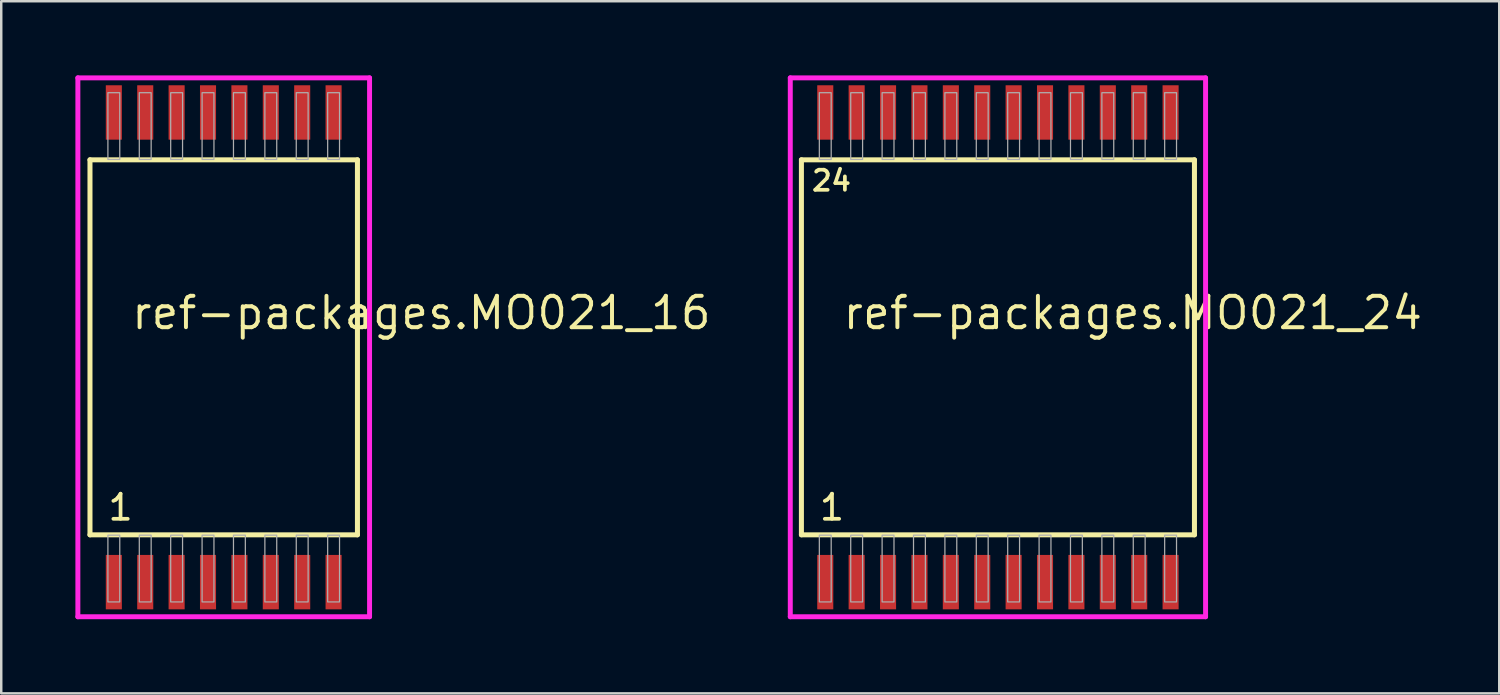
<source format=kicad_pcb>
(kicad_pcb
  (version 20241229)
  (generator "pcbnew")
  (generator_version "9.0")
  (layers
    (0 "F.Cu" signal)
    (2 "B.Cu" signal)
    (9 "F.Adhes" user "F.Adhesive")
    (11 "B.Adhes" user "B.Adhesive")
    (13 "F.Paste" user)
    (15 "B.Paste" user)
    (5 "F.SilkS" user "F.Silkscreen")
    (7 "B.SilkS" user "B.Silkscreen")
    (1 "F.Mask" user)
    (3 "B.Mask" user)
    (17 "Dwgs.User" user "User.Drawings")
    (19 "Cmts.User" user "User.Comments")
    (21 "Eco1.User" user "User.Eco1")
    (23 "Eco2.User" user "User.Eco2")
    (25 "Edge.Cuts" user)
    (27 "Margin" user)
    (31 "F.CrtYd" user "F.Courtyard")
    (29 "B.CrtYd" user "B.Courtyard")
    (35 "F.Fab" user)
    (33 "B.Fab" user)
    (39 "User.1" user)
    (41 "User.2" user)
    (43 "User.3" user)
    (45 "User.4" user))
  (footprint "ref-packages.MO021_24"
    (layer "F.Cu")
    (at 37.32 11)
    (property "Reference" "ref-packages.MO021_24" (at -6.35 -0.65 0) (layer "F.SilkS") (effects (font (size 1.27 1.27) (thickness 0.16)) (justify left bottom)))
    (attr smd)
    (fp_line (start -7.95 -7.585) (end 7.95 -7.585) (stroke (width 0.203) (type default)) (layer "F.SilkS"))
    (fp_line (start -7.95 7.585) (end -7.95 -7.585) (stroke (width 0.203) (type default)) (layer "F.SilkS"))
    (fp_line (start 7.95 -7.585) (end 7.95 7.585) (stroke (width 0.203) (type default)) (layer "F.SilkS"))
    (fp_line (start 7.95 7.585) (end -7.95 7.585) (stroke (width 0.203) (type default)) (layer "F.SilkS"))
    (fp_line (start -8.4 -10.9) (end 8.4 -10.9) (stroke (width 0.2) (type default)) (layer "F.CrtYd"))
    (fp_line (start -8.4 10.9) (end -8.4 -10.9) (stroke (width 0.2) (type default)) (layer "F.CrtYd"))
    (fp_line (start 8.4 -10.9) (end 8.4 10.9) (stroke (width 0.2) (type default)) (layer "F.CrtYd"))
    (fp_line (start 8.4 10.9) (end -8.4 10.9) (stroke (width 0.2) (type default)) (layer "F.CrtYd"))
    (fp_rect (start -7.225 -7.6) (end -6.745 -10.3) (stroke (width 0.05) (type default)) (fill no) (layer "F.Fab"))
    (fp_rect (start -7.225 10.3) (end -6.745 7.6) (stroke (width 0.05) (type default)) (fill no) (layer "F.Fab"))
    (fp_rect (start -5.955 -7.6) (end -5.475 -10.3) (stroke (width 0.05) (type default)) (fill no) (layer "F.Fab"))
    (fp_rect (start -5.955 10.3) (end -5.475 7.6) (stroke (width 0.05) (type default)) (fill no) (layer "F.Fab"))
    (fp_rect (start -4.685 -7.6) (end -4.205 -10.3) (stroke (width 0.05) (type default)) (fill no) (layer "F.Fab"))
    (fp_rect (start -4.685 10.3) (end -4.205 7.6) (stroke (width 0.05) (type default)) (fill no) (layer "F.Fab"))
    (fp_rect (start -3.415 -7.6) (end -2.935 -10.3) (stroke (width 0.05) (type default)) (fill no) (layer "F.Fab"))
    (fp_rect (start -3.415 10.3) (end -2.935 7.6) (stroke (width 0.05) (type default)) (fill no) (layer "F.Fab"))
    (fp_rect (start -2.145 -7.6) (end -1.665 -10.3) (stroke (width 0.05) (type default)) (fill no) (layer "F.Fab"))
    (fp_rect (start -2.145 10.3) (end -1.665 7.6) (stroke (width 0.05) (type default)) (fill no) (layer "F.Fab"))
    (fp_rect (start -0.875 -7.6) (end -0.395 -10.3) (stroke (width 0.05) (type default)) (fill no) (layer "F.Fab"))
    (fp_rect (start -0.875 10.3) (end -0.395 7.6) (stroke (width 0.05) (type default)) (fill no) (layer "F.Fab"))
    (fp_rect (start 0.395 -7.6) (end 0.875 -10.3) (stroke (width 0.05) (type default)) (fill no) (layer "F.Fab"))
    (fp_rect (start 0.395 10.3) (end 0.875 7.6) (stroke (width 0.05) (type default)) (fill no) (layer "F.Fab"))
    (fp_rect (start 1.665 -7.6) (end 2.145 -10.3) (stroke (width 0.05) (type default)) (fill no) (layer "F.Fab"))
    (fp_rect (start 1.665 10.3) (end 2.145 7.6) (stroke (width 0.05) (type default)) (fill no) (layer "F.Fab"))
    (fp_rect (start 2.935 -7.6) (end 3.415 -10.3) (stroke (width 0.05) (type default)) (fill no) (layer "F.Fab"))
    (fp_rect (start 2.935 10.3) (end 3.415 7.6) (stroke (width 0.05) (type default)) (fill no) (layer "F.Fab"))
    (fp_rect (start 4.205 -7.6) (end 4.685 -10.3) (stroke (width 0.05) (type default)) (fill no) (layer "F.Fab"))
    (fp_rect (start 4.205 10.3) (end 4.685 7.6) (stroke (width 0.05) (type default)) (fill no) (layer "F.Fab"))
    (fp_rect (start 5.475 -7.6) (end 5.955 -10.3) (stroke (width 0.05) (type default)) (fill no) (layer "F.Fab"))
    (fp_rect (start 5.475 10.3) (end 5.955 7.6) (stroke (width 0.05) (type default)) (fill no) (layer "F.Fab"))
    (fp_rect (start 6.745 -7.6) (end 7.225 -10.3) (stroke (width 0.05) (type default)) (fill no) (layer "F.Fab"))
    (fp_rect (start 6.745 10.3) (end 7.225 7.6) (stroke (width 0.05) (type default)) (fill no) (layer "F.Fab"))
    (fp_text user "24" (at -7.606 -6.265 0) (layer "F.SilkS") (effects (font (size 0.813 0.813) (thickness 0.15)) (justify left bottom)))
    (fp_text user "1" (at -7.296 7.07 0) (layer "F.SilkS") (effects (font (size 1.016 1.016) (thickness 0.15)) (justify left bottom)))
    (pad "1" smd roundrect (at -6.985 9.5) (size 0.65 2.2) (layers "F.Cu" "F.Mask" "F.Paste") (roundrect_rratio 0.01))
    (pad "2" smd roundrect (at -5.715 9.5) (size 0.65 2.2) (layers "F.Cu" "F.Mask" "F.Paste") (roundrect_rratio 0.01))
    (pad "3" smd roundrect (at -4.445 9.5) (size 0.65 2.2) (layers "F.Cu" "F.Mask" "F.Paste") (roundrect_rratio 0.01))
    (pad "4" smd roundrect (at -3.175 9.5) (size 0.65 2.2) (layers "F.Cu" "F.Mask" "F.Paste") (roundrect_rratio 0.01))
    (pad "5" smd roundrect (at -1.905 9.5) (size 0.65 2.2) (layers "F.Cu" "F.Mask" "F.Paste") (roundrect_rratio 0.01))
    (pad "6" smd roundrect (at -0.635 9.5) (size 0.65 2.2) (layers "F.Cu" "F.Mask" "F.Paste") (roundrect_rratio 0.01))
    (pad "7" smd roundrect (at 0.635 9.5) (size 0.65 2.2) (layers "F.Cu" "F.Mask" "F.Paste") (roundrect_rratio 0.01))
    (pad "8" smd roundrect (at 1.905 9.5) (size 0.65 2.2) (layers "F.Cu" "F.Mask" "F.Paste") (roundrect_rratio 0.01))
    (pad "9" smd roundrect (at 3.175 9.5) (size 0.65 2.2) (layers "F.Cu" "F.Mask" "F.Paste") (roundrect_rratio 0.01))
    (pad "10" smd roundrect (at 4.445 9.5) (size 0.65 2.2) (layers "F.Cu" "F.Mask" "F.Paste") (roundrect_rratio 0.01))
    (pad "11" smd roundrect (at 5.715 9.5) (size 0.65 2.2) (layers "F.Cu" "F.Mask" "F.Paste") (roundrect_rratio 0.01))
    (pad "12" smd roundrect (at 6.985 9.5) (size 0.65 2.2) (layers "F.Cu" "F.Mask" "F.Paste") (roundrect_rratio 0.01))
    (pad "13" smd roundrect (at 6.985 -9.5) (size 0.65 2.2) (layers "F.Cu" "F.Mask" "F.Paste") (roundrect_rratio 0.01))
    (pad "14" smd roundrect (at 5.715 -9.5) (size 0.65 2.2) (layers "F.Cu" "F.Mask" "F.Paste") (roundrect_rratio 0.01))
    (pad "15" smd roundrect (at 4.445 -9.5) (size 0.65 2.2) (layers "F.Cu" "F.Mask" "F.Paste") (roundrect_rratio 0.01))
    (pad "16" smd roundrect (at 3.175 -9.5) (size 0.65 2.2) (layers "F.Cu" "F.Mask" "F.Paste") (roundrect_rratio 0.01))
    (pad "17" smd roundrect (at 1.905 -9.5) (size 0.65 2.2) (layers "F.Cu" "F.Mask" "F.Paste") (roundrect_rratio 0.01))
    (pad "18" smd roundrect (at 0.635 -9.5) (size 0.65 2.2) (layers "F.Cu" "F.Mask" "F.Paste") (roundrect_rratio 0.01))
    (pad "19" smd roundrect (at -0.635 -9.5) (size 0.65 2.2) (layers "F.Cu" "F.Mask" "F.Paste") (roundrect_rratio 0.01))
    (pad "20" smd roundrect (at -1.905 -9.5) (size 0.65 2.2) (layers "F.Cu" "F.Mask" "F.Paste") (roundrect_rratio 0.01))
    (pad "21" smd roundrect (at -3.175 -9.5) (size 0.65 2.2) (layers "F.Cu" "F.Mask" "F.Paste") (roundrect_rratio 0.01))
    (pad "22" smd roundrect (at -4.445 -9.5) (size 0.65 2.2) (layers "F.Cu" "F.Mask" "F.Paste") (roundrect_rratio 0.01))
    (pad "23" smd roundrect (at -5.715 -9.5) (size 0.65 2.2) (layers "F.Cu" "F.Mask" "F.Paste") (roundrect_rratio 0.01))
    (pad "24" smd roundrect (at -6.985 -9.5) (size 0.65 2.2) (layers "F.Cu" "F.Mask" "F.Paste") (roundrect_rratio 0.01)))
  (footprint "ref-packages.MO021_16"
    (layer "F.Cu")
    (at 6 11)
    (property "Reference" "ref-packages.MO021_16" (at -3.81 -0.65 0) (layer "F.SilkS") (effects (font (size 1.27 1.27) (thickness 0.16)) (justify left bottom)))
    (attr smd)
    (fp_line (start -5.41 -7.585) (end 5.41 -7.585) (stroke (width 0.203) (type default)) (layer "F.SilkS"))
    (fp_line (start -5.41 7.585) (end -5.41 -7.585) (stroke (width 0.203) (type default)) (layer "F.SilkS"))
    (fp_line (start 5.41 -7.585) (end 5.41 7.585) (stroke (width 0.203) (type default)) (layer "F.SilkS"))
    (fp_line (start 5.41 7.585) (end -5.41 7.585) (stroke (width 0.203) (type default)) (layer "F.SilkS"))
    (fp_line (start -5.9 -10.9) (end 5.9 -10.9) (stroke (width 0.2) (type default)) (layer "F.CrtYd"))
    (fp_line (start -5.9 10.9) (end -5.9 -10.9) (stroke (width 0.2) (type default)) (layer "F.CrtYd"))
    (fp_line (start 5.9 -10.9) (end 5.9 10.9) (stroke (width 0.2) (type default)) (layer "F.CrtYd"))
    (fp_line (start 5.9 10.9) (end -5.9 10.9) (stroke (width 0.2) (type default)) (layer "F.CrtYd"))
    (fp_rect (start -4.685 -7.6) (end -4.205 -10.3) (stroke (width 0.05) (type default)) (fill no) (layer "F.Fab"))
    (fp_rect (start -4.685 10.3) (end -4.205 7.6) (stroke (width 0.05) (type default)) (fill no) (layer "F.Fab"))
    (fp_rect (start -3.415 -7.6) (end -2.935 -10.3) (stroke (width 0.05) (type default)) (fill no) (layer "F.Fab"))
    (fp_rect (start -3.415 10.3) (end -2.935 7.6) (stroke (width 0.05) (type default)) (fill no) (layer "F.Fab"))
    (fp_rect (start -2.145 -7.6) (end -1.665 -10.3) (stroke (width 0.05) (type default)) (fill no) (layer "F.Fab"))
    (fp_rect (start -2.145 10.3) (end -1.665 7.6) (stroke (width 0.05) (type default)) (fill no) (layer "F.Fab"))
    (fp_rect (start -0.875 -7.6) (end -0.395 -10.3) (stroke (width 0.05) (type default)) (fill no) (layer "F.Fab"))
    (fp_rect (start -0.875 10.3) (end -0.395 7.6) (stroke (width 0.05) (type default)) (fill no) (layer "F.Fab"))
    (fp_rect (start 0.395 -7.6) (end 0.875 -10.3) (stroke (width 0.05) (type default)) (fill no) (layer "F.Fab"))
    (fp_rect (start 0.395 10.3) (end 0.875 7.6) (stroke (width 0.05) (type default)) (fill no) (layer "F.Fab"))
    (fp_rect (start 1.665 -7.6) (end 2.145 -10.3) (stroke (width 0.05) (type default)) (fill no) (layer "F.Fab"))
    (fp_rect (start 1.665 10.3) (end 2.145 7.6) (stroke (width 0.05) (type default)) (fill no) (layer "F.Fab"))
    (fp_rect (start 2.935 -7.6) (end 3.415 -10.3) (stroke (width 0.05) (type default)) (fill no) (layer "F.Fab"))
    (fp_rect (start 2.935 10.3) (end 3.415 7.6) (stroke (width 0.05) (type default)) (fill no) (layer "F.Fab"))
    (fp_rect (start 4.205 -7.6) (end 4.685 -10.3) (stroke (width 0.05) (type default)) (fill no) (layer "F.Fab"))
    (fp_rect (start 4.205 10.3) (end 4.685 7.6) (stroke (width 0.05) (type default)) (fill no) (layer "F.Fab"))
    (fp_text user "1" (at -4.756 7.07 0) (layer "F.SilkS") (effects (font (size 1.016 1.016) (thickness 0.15)) (justify left bottom)))
    (pad "1" smd roundrect (at -4.445 9.5) (size 0.65 2.2) (layers "F.Cu" "F.Mask" "F.Paste") (roundrect_rratio 0.01))
    (pad "2" smd roundrect (at -3.175 9.5) (size 0.65 2.2) (layers "F.Cu" "F.Mask" "F.Paste") (roundrect_rratio 0.01))
    (pad "3" smd roundrect (at -1.905 9.5) (size 0.65 2.2) (layers "F.Cu" "F.Mask" "F.Paste") (roundrect_rratio 0.01))
    (pad "4" smd roundrect (at -0.635 9.5) (size 0.65 2.2) (layers "F.Cu" "F.Mask" "F.Paste") (roundrect_rratio 0.01))
    (pad "5" smd roundrect (at 0.635 9.5) (size 0.65 2.2) (layers "F.Cu" "F.Mask" "F.Paste") (roundrect_rratio 0.01))
    (pad "6" smd roundrect (at 1.905 9.5) (size 0.65 2.2) (layers "F.Cu" "F.Mask" "F.Paste") (roundrect_rratio 0.01))
    (pad "7" smd roundrect (at 3.175 9.5) (size 0.65 2.2) (layers "F.Cu" "F.Mask" "F.Paste") (roundrect_rratio 0.01))
    (pad "8" smd roundrect (at 4.445 9.5) (size 0.65 2.2) (layers "F.Cu" "F.Mask" "F.Paste") (roundrect_rratio 0.01))
    (pad "9" smd roundrect (at 4.445 -9.5) (size 0.65 2.2) (layers "F.Cu" "F.Mask" "F.Paste") (roundrect_rratio 0.01))
    (pad "10" smd roundrect (at 3.175 -9.5) (size 0.65 2.2) (layers "F.Cu" "F.Mask" "F.Paste") (roundrect_rratio 0.01))
    (pad "11" smd roundrect (at 1.905 -9.5) (size 0.65 2.2) (layers "F.Cu" "F.Mask" "F.Paste") (roundrect_rratio 0.01))
    (pad "12" smd roundrect (at 0.635 -9.5) (size 0.65 2.2) (layers "F.Cu" "F.Mask" "F.Paste") (roundrect_rratio 0.01))
    (pad "13" smd roundrect (at -0.635 -9.5) (size 0.65 2.2) (layers "F.Cu" "F.Mask" "F.Paste") (roundrect_rratio 0.01))
    (pad "14" smd roundrect (at -1.905 -9.5) (size 0.65 2.2) (layers "F.Cu" "F.Mask" "F.Paste") (roundrect_rratio 0.01))
    (pad "15" smd roundrect (at -3.175 -9.5) (size 0.65 2.2) (layers "F.Cu" "F.Mask" "F.Paste") (roundrect_rratio 0.01))
    (pad "16" smd roundrect (at -4.445 -9.5) (size 0.65 2.2) (layers "F.Cu" "F.Mask" "F.Paste") (roundrect_rratio 0.01)))
  (gr_rect
    (start -3 -3)
    (end 57.6 25)
    (stroke (width 0.1) (type default))
    (fill no)
    (layer "Edge.Cuts")))
</source>
